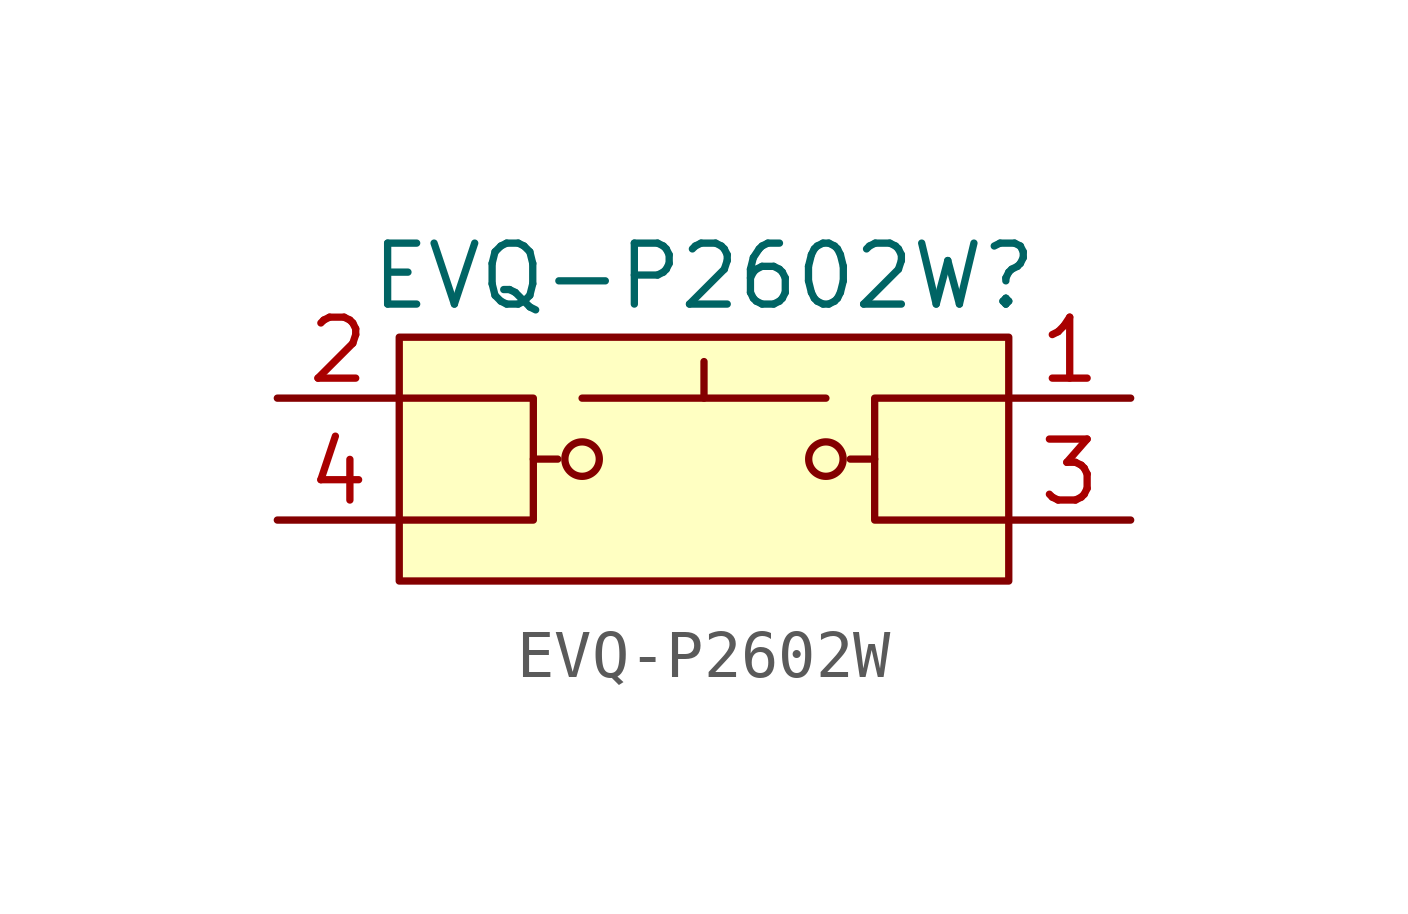
<source format=kicad_sym>
(kicad_symbol_lib
  (version 20220914)
  (generator kicad_symbol_editor)
  (symbol "EVQ-P2602W"
    (property "Reference" "EVQ-P2602W"
      (at 0 3.81 0)
      (effects (font (size 1.27 1.27))))
    (property "Value" ""
      (at -2.54 -1.27 0)
      (effects (font (size 1.27 1.27))))
    (symbol "EVQ-P2602W_0_1"
      (circle (center -2.54 0) (radius 0.359) (stroke (width 0) (type default)) (fill (type none)))
      (polyline (pts (xy -2.54 1.27) (xy 2.54 1.27)) (stroke (width 0) (type default)) (fill (type none)))
      (polyline (pts (xy 0 1.27) (xy 0 2.032)) (stroke (width 0) (type default)) (fill (type none)))
      (polyline (pts (xy -6.35 -1.27) (xy -3.556 -1.27) (xy -3.556 0)) (stroke (width 0) (type default)) (fill (type none)))
      (polyline (pts (xy 6.35 1.27) (xy 3.556 1.27) (xy 3.556 0)) (stroke (width 0) (type default)) (fill (type none)))
      (polyline (pts (xy -6.35 1.27) (xy -3.556 1.27) (xy -3.556 0) (xy -3.048 0)) (stroke (width 0) (type default)) (fill (type none)))
      (polyline (pts (xy 6.35 -1.27) (xy 3.556 -1.27) (xy 3.556 0) (xy 3.048 0)) (stroke (width 0) (type default)) (fill (type none)))
      (circle (center 2.54 0) (radius 0.359) (stroke (width 0) (type default)) (fill (type none))))
    (symbol "EVQ-P2602W_1_1"
      (rectangle (start -6.35 2.54) (end 6.35 -2.54) (stroke (width 0) (type default)) (fill (type background)))
      (pin passive line (at 6.35 1.27 0) (length 2.54) (name "" (effects (font (size 1.27 1.27)))) (number "1" (effects (font (size 1.27 1.27)))))
      (pin passive line (at -6.35 1.27 180) (length 2.54) (name "" (effects (font (size 1.27 1.27)))) (number "2" (effects (font (size 1.27 1.27)))))
      (pin passive line (at 6.35 -1.27 0) (length 2.54) (name "" (effects (font (size 1.27 1.27)))) (number "3" (effects (font (size 1.27 1.27)))))
      (pin passive line (at -6.35 -1.27 180) (length 2.54) (name "" (effects (font (size 1.27 1.27)))) (number "4" (effects (font (size 1.27 1.27))))))))
</source>
